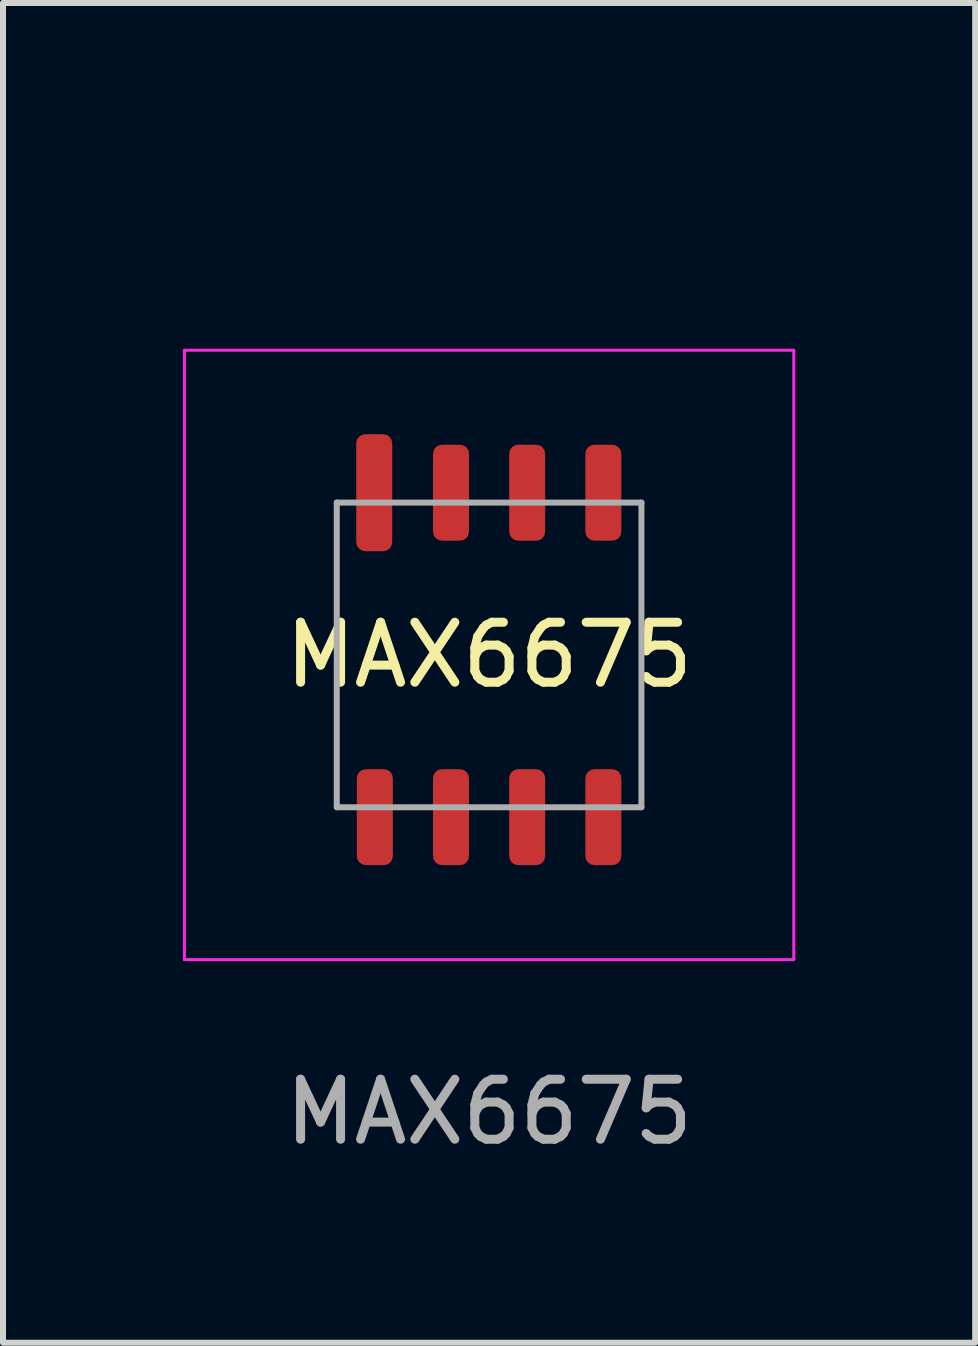
<source format=kicad_pcb>
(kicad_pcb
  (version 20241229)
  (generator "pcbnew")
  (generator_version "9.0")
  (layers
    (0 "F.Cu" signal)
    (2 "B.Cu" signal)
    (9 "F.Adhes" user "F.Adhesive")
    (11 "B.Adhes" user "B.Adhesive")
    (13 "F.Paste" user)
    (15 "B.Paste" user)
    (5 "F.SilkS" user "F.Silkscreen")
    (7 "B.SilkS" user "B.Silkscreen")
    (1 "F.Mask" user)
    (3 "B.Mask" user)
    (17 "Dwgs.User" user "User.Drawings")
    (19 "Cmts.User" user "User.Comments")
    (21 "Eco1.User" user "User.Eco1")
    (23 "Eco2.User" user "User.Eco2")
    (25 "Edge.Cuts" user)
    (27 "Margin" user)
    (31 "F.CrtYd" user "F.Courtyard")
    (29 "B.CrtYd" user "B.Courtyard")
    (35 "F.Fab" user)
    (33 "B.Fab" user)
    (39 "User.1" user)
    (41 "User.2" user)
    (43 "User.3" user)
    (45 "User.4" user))
  (footprint "MAX6675"
    (layer "F.Cu")
    (at 5.105 0.25)
    (property "Reference" "MAX6675" (at 0 7.62 0) (unlocked yes) (layer "F.SilkS") (effects (font (size 1 1) (thickness 0.15))))
    (attr smd)
    (fp_line (start -5.08 2.54) (end -5.08 12.7) (stroke (width 0.05) (type solid)) (layer "F.CrtYd"))
    (fp_line (start -5.08 12.7) (end 5.08 12.7) (stroke (width 0.05) (type solid)) (layer "F.CrtYd"))
    (fp_line (start 5.08 2.54) (end -5.08 2.54) (stroke (width 0.05) (type solid)) (layer "F.CrtYd"))
    (fp_line (start 5.08 12.7) (end 5.08 2.54) (stroke (width 0.05) (type solid)) (layer "F.CrtYd"))
    (fp_line (start -2.54 5.08) (end 2.54 5.08) (stroke (width 0.1) (type solid)) (layer "F.Fab"))
    (fp_line (start -2.54 10.16) (end -2.54 5.08) (stroke (width 0.1) (type solid)) (layer "F.Fab"))
    (fp_line (start 2.54 5.08) (end 2.54 10.16) (stroke (width 0.1) (type solid)) (layer "F.Fab"))
    (fp_line (start 2.54 10.16) (end -2.54 10.16) (stroke (width 0.1) (type solid)) (layer "F.Fab"))
    (fp_text user "${REFERENCE}" (at 0 15.24 0) (layer "F.Fab") (effects (font (size 1 1) (thickness 0.15))))
    (pad "1" smd roundrect (at -1.915 4.915 90) (size 1.95 0.6) (layers "F.Cu" "F.Mask" "F.Paste") (roundrect_rratio 0.25))
    (pad "2" smd roundrect (at -0.635 4.915 90) (size 1.6 0.6) (layers "F.Cu" "F.Mask" "F.Paste") (roundrect_rratio 0.25))
    (pad "3" smd roundrect (at 0.635 4.915 90) (size 1.6 0.6) (layers "F.Cu" "F.Mask" "F.Paste") (roundrect_rratio 0.25))
    (pad "4" smd roundrect (at 1.905 4.915 90) (size 1.6 0.6) (layers "F.Cu" "F.Mask" "F.Paste") (roundrect_rratio 0.25))
    (pad "5" smd roundrect (at 1.905 10.325 90) (size 1.6 0.6) (layers "F.Cu" "F.Mask" "F.Paste") (roundrect_rratio 0.25))
    (pad "6" smd roundrect (at 0.635 10.325 90) (size 1.6 0.6) (layers "F.Cu" "F.Mask" "F.Paste") (roundrect_rratio 0.25))
    (pad "7" smd roundrect (at -0.635 10.325 90) (size 1.6 0.6) (layers "F.Cu" "F.Mask" "F.Paste") (roundrect_rratio 0.25))
    (pad "8" smd roundrect (at -1.905 10.325 90) (size 1.6 0.6) (layers "F.Cu" "F.Mask" "F.Paste") (roundrect_rratio 0.25)))
  (gr_rect
    (start -3 -3)
    (end 13.21 19.338)
    (stroke (width 0.1) (type default))
    (fill no)
    (layer "Edge.Cuts")))
</source>
